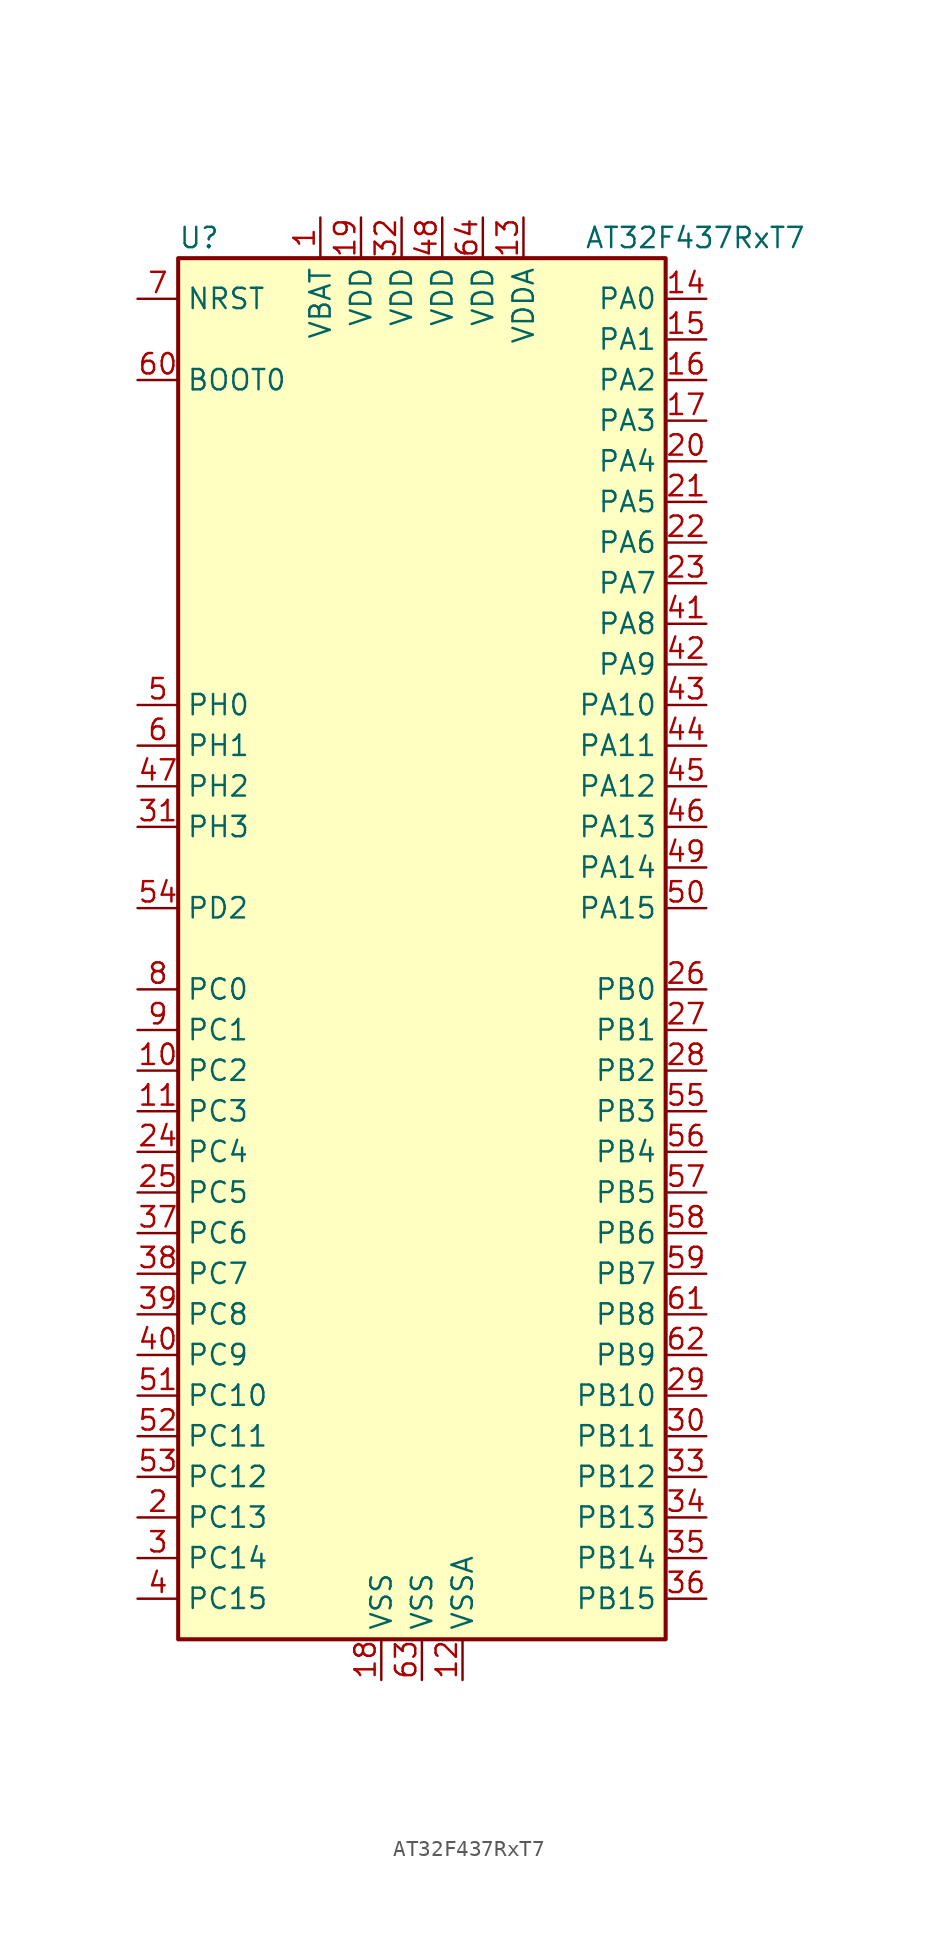
<source format=kicad_sym>
(kicad_symbol_lib
  (version 20220331)
  (generator kicad_symbol_editor)
  (symbol "AT32F437RxT7"
    (property "Reference" "U"
      (at -15.24 44.45 0)
      (effects (font (size 1.27 1.27)) (justify left)))
    (property "Value" "AT32F437RxT7"
      (at 10.16 44.45 0)
      (effects (font (size 1.27 1.27)) (justify left)))
    (symbol "AT32F437RxT7_0_1"
      (rectangle (start -15.24 43.18) (end 15.24 -43.18) (stroke (width 0.254) (type default)) (fill (type background))))
    (symbol "AT32F437RxT7_1_1"
      (pin power_in line (at -6.35 45.72 270) (length 2.54) (name "VBAT" (effects (font (size 1.27 1.27)))) (number "1" (effects (font (size 1.27 1.27)))))
      (pin bidirectional line (at -17.78 -7.62 0) (length 2.54) (name "PC2" (effects (font (size 1.27 1.27)))) (number "10" (effects (font (size 1.27 1.27)))))
      (pin bidirectional line (at -17.78 -10.16 0) (length 2.54) (name "PC3" (effects (font (size 1.27 1.27)))) (number "11" (effects (font (size 1.27 1.27)))))
      (pin power_in line (at 2.54 -45.72 90) (length 2.54) (name "VSSA" (effects (font (size 1.27 1.27)))) (number "12" (effects (font (size 1.27 1.27)))))
      (pin power_in line (at 6.35 45.72 270) (length 2.54) (name "VDDA" (effects (font (size 1.27 1.27)))) (number "13" (effects (font (size 1.27 1.27)))))
      (pin bidirectional line (at 17.78 40.64 180) (length 2.54) (name "PA0" (effects (font (size 1.27 1.27)))) (number "14" (effects (font (size 1.27 1.27)))))
      (pin bidirectional line (at 17.78 38.1 180) (length 2.54) (name "PA1" (effects (font (size 1.27 1.27)))) (number "15" (effects (font (size 1.27 1.27)))))
      (pin bidirectional line (at 17.78 35.56 180) (length 2.54) (name "PA2" (effects (font (size 1.27 1.27)))) (number "16" (effects (font (size 1.27 1.27)))))
      (pin bidirectional line (at 17.78 33.02 180) (length 2.54) (name "PA3" (effects (font (size 1.27 1.27)))) (number "17" (effects (font (size 1.27 1.27)))))
      (pin power_in line (at -2.54 -45.72 90) (length 2.54) (name "VSS" (effects (font (size 1.27 1.27)))) (number "18" (effects (font (size 1.27 1.27)))))
      (pin power_in line (at -3.81 45.72 270) (length 2.54) (name "VDD" (effects (font (size 1.27 1.27)))) (number "19" (effects (font (size 1.27 1.27)))))
      (pin bidirectional line (at -17.78 -35.56 0) (length 2.54) (name "PC13" (effects (font (size 1.27 1.27)))) (number "2" (effects (font (size 1.27 1.27)))))
      (pin bidirectional line (at 17.78 30.48 180) (length 2.54) (name "PA4" (effects (font (size 1.27 1.27)))) (number "20" (effects (font (size 1.27 1.27)))))
      (pin bidirectional line (at 17.78 27.94 180) (length 2.54) (name "PA5" (effects (font (size 1.27 1.27)))) (number "21" (effects (font (size 1.27 1.27)))))
      (pin bidirectional line (at 17.78 25.4 180) (length 2.54) (name "PA6" (effects (font (size 1.27 1.27)))) (number "22" (effects (font (size 1.27 1.27)))))
      (pin bidirectional line (at 17.78 22.86 180) (length 2.54) (name "PA7" (effects (font (size 1.27 1.27)))) (number "23" (effects (font (size 1.27 1.27)))))
      (pin bidirectional line (at -17.78 -12.7 0) (length 2.54) (name "PC4" (effects (font (size 1.27 1.27)))) (number "24" (effects (font (size 1.27 1.27)))))
      (pin bidirectional line (at -17.78 -15.24 0) (length 2.54) (name "PC5" (effects (font (size 1.27 1.27)))) (number "25" (effects (font (size 1.27 1.27)))))
      (pin bidirectional line (at 17.78 -2.54 180) (length 2.54) (name "PB0" (effects (font (size 1.27 1.27)))) (number "26" (effects (font (size 1.27 1.27)))))
      (pin bidirectional line (at 17.78 -5.08 180) (length 2.54) (name "PB1" (effects (font (size 1.27 1.27)))) (number "27" (effects (font (size 1.27 1.27)))))
      (pin bidirectional line (at 17.78 -7.62 180) (length 2.54) (name "PB2" (effects (font (size 1.27 1.27)))) (number "28" (effects (font (size 1.27 1.27)))))
      (pin bidirectional line (at 17.78 -27.94 180) (length 2.54) (name "PB10" (effects (font (size 1.27 1.27)))) (number "29" (effects (font (size 1.27 1.27)))))
      (pin bidirectional line (at -17.78 -38.1 0) (length 2.54) (name "PC14" (effects (font (size 1.27 1.27)))) (number "3" (effects (font (size 1.27 1.27)))))
      (pin bidirectional line (at 17.78 -30.48 180) (length 2.54) (name "PB11" (effects (font (size 1.27 1.27)))) (number "30" (effects (font (size 1.27 1.27)))))
      (pin bidirectional line (at -17.78 7.62 0) (length 2.54) (name "PH3" (effects (font (size 1.27 1.27)))) (number "31" (effects (font (size 1.27 1.27)))))
      (pin power_in line (at -1.27 45.72 270) (length 2.54) (name "VDD" (effects (font (size 1.27 1.27)))) (number "32" (effects (font (size 1.27 1.27)))))
      (pin bidirectional line (at 17.78 -33.02 180) (length 2.54) (name "PB12" (effects (font (size 1.27 1.27)))) (number "33" (effects (font (size 1.27 1.27)))))
      (pin bidirectional line (at 17.78 -35.56 180) (length 2.54) (name "PB13" (effects (font (size 1.27 1.27)))) (number "34" (effects (font (size 1.27 1.27)))))
      (pin bidirectional line (at 17.78 -38.1 180) (length 2.54) (name "PB14" (effects (font (size 1.27 1.27)))) (number "35" (effects (font (size 1.27 1.27)))))
      (pin bidirectional line (at 17.78 -40.64 180) (length 2.54) (name "PB15" (effects (font (size 1.27 1.27)))) (number "36" (effects (font (size 1.27 1.27)))))
      (pin bidirectional line (at -17.78 -17.78 0) (length 2.54) (name "PC6" (effects (font (size 1.27 1.27)))) (number "37" (effects (font (size 1.27 1.27)))))
      (pin bidirectional line (at -17.78 -20.32 0) (length 2.54) (name "PC7" (effects (font (size 1.27 1.27)))) (number "38" (effects (font (size 1.27 1.27)))))
      (pin bidirectional line (at -17.78 -22.86 0) (length 2.54) (name "PC8" (effects (font (size 1.27 1.27)))) (number "39" (effects (font (size 1.27 1.27)))))
      (pin bidirectional line (at -17.78 -40.64 0) (length 2.54) (name "PC15" (effects (font (size 1.27 1.27)))) (number "4" (effects (font (size 1.27 1.27)))))
      (pin bidirectional line (at -17.78 -25.4 0) (length 2.54) (name "PC9" (effects (font (size 1.27 1.27)))) (number "40" (effects (font (size 1.27 1.27)))))
      (pin bidirectional line (at 17.78 20.32 180) (length 2.54) (name "PA8" (effects (font (size 1.27 1.27)))) (number "41" (effects (font (size 1.27 1.27)))))
      (pin bidirectional line (at 17.78 17.78 180) (length 2.54) (name "PA9" (effects (font (size 1.27 1.27)))) (number "42" (effects (font (size 1.27 1.27)))))
      (pin bidirectional line (at 17.78 15.24 180) (length 2.54) (name "PA10" (effects (font (size 1.27 1.27)))) (number "43" (effects (font (size 1.27 1.27)))))
      (pin bidirectional line (at 17.78 12.7 180) (length 2.54) (name "PA11" (effects (font (size 1.27 1.27)))) (number "44" (effects (font (size 1.27 1.27)))))
      (pin bidirectional line (at 17.78 10.16 180) (length 2.54) (name "PA12" (effects (font (size 1.27 1.27)))) (number "45" (effects (font (size 1.27 1.27)))))
      (pin bidirectional line (at 17.78 7.62 180) (length 2.54) (name "PA13" (effects (font (size 1.27 1.27)))) (number "46" (effects (font (size 1.27 1.27)))))
      (pin bidirectional line (at -17.78 10.16 0) (length 2.54) (name "PH2" (effects (font (size 1.27 1.27)))) (number "47" (effects (font (size 1.27 1.27)))))
      (pin power_in line (at 1.27 45.72 270) (length 2.54) (name "VDD" (effects (font (size 1.27 1.27)))) (number "48" (effects (font (size 1.27 1.27)))))
      (pin bidirectional line (at 17.78 5.08 180) (length 2.54) (name "PA14" (effects (font (size 1.27 1.27)))) (number "49" (effects (font (size 1.27 1.27)))))
      (pin input line (at -17.78 15.24 0) (length 2.54) (name "PH0" (effects (font (size 1.27 1.27)))) (number "5" (effects (font (size 1.27 1.27)))))
      (pin bidirectional line (at 17.78 2.54 180) (length 2.54) (name "PA15" (effects (font (size 1.27 1.27)))) (number "50" (effects (font (size 1.27 1.27)))))
      (pin bidirectional line (at -17.78 -27.94 0) (length 2.54) (name "PC10" (effects (font (size 1.27 1.27)))) (number "51" (effects (font (size 1.27 1.27)))))
      (pin bidirectional line (at -17.78 -30.48 0) (length 2.54) (name "PC11" (effects (font (size 1.27 1.27)))) (number "52" (effects (font (size 1.27 1.27)))))
      (pin bidirectional line (at -17.78 -33.02 0) (length 2.54) (name "PC12" (effects (font (size 1.27 1.27)))) (number "53" (effects (font (size 1.27 1.27)))))
      (pin bidirectional line (at -17.78 2.54 0) (length 2.54) (name "PD2" (effects (font (size 1.27 1.27)))) (number "54" (effects (font (size 1.27 1.27)))))
      (pin bidirectional line (at 17.78 -10.16 180) (length 2.54) (name "PB3" (effects (font (size 1.27 1.27)))) (number "55" (effects (font (size 1.27 1.27)))))
      (pin bidirectional line (at 17.78 -12.7 180) (length 2.54) (name "PB4" (effects (font (size 1.27 1.27)))) (number "56" (effects (font (size 1.27 1.27)))))
      (pin bidirectional line (at 17.78 -15.24 180) (length 2.54) (name "PB5" (effects (font (size 1.27 1.27)))) (number "57" (effects (font (size 1.27 1.27)))))
      (pin bidirectional line (at 17.78 -17.78 180) (length 2.54) (name "PB6" (effects (font (size 1.27 1.27)))) (number "58" (effects (font (size 1.27 1.27)))))
      (pin bidirectional line (at 17.78 -20.32 180) (length 2.54) (name "PB7" (effects (font (size 1.27 1.27)))) (number "59" (effects (font (size 1.27 1.27)))))
      (pin input line (at -17.78 12.7 0) (length 2.54) (name "PH1" (effects (font (size 1.27 1.27)))) (number "6" (effects (font (size 1.27 1.27)))))
      (pin input line (at -17.78 35.56 0) (length 2.54) (name "BOOT0" (effects (font (size 1.27 1.27)))) (number "60" (effects (font (size 1.27 1.27)))))
      (pin bidirectional line (at 17.78 -22.86 180) (length 2.54) (name "PB8" (effects (font (size 1.27 1.27)))) (number "61" (effects (font (size 1.27 1.27)))))
      (pin bidirectional line (at 17.78 -25.4 180) (length 2.54) (name "PB9" (effects (font (size 1.27 1.27)))) (number "62" (effects (font (size 1.27 1.27)))))
      (pin power_in line (at 0 -45.72 90) (length 2.54) (name "VSS" (effects (font (size 1.27 1.27)))) (number "63" (effects (font (size 1.27 1.27)))))
      (pin power_in line (at 3.81 45.72 270) (length 2.54) (name "VDD" (effects (font (size 1.27 1.27)))) (number "64" (effects (font (size 1.27 1.27)))))
      (pin input line (at -17.78 40.64 0) (length 2.54) (name "NRST" (effects (font (size 1.27 1.27)))) (number "7" (effects (font (size 1.27 1.27)))))
      (pin bidirectional line (at -17.78 -2.54 0) (length 2.54) (name "PC0" (effects (font (size 1.27 1.27)))) (number "8" (effects (font (size 1.27 1.27)))))
      (pin bidirectional line (at -17.78 -5.08 0) (length 2.54) (name "PC1" (effects (font (size 1.27 1.27)))) (number "9" (effects (font (size 1.27 1.27))))))))
</source>
